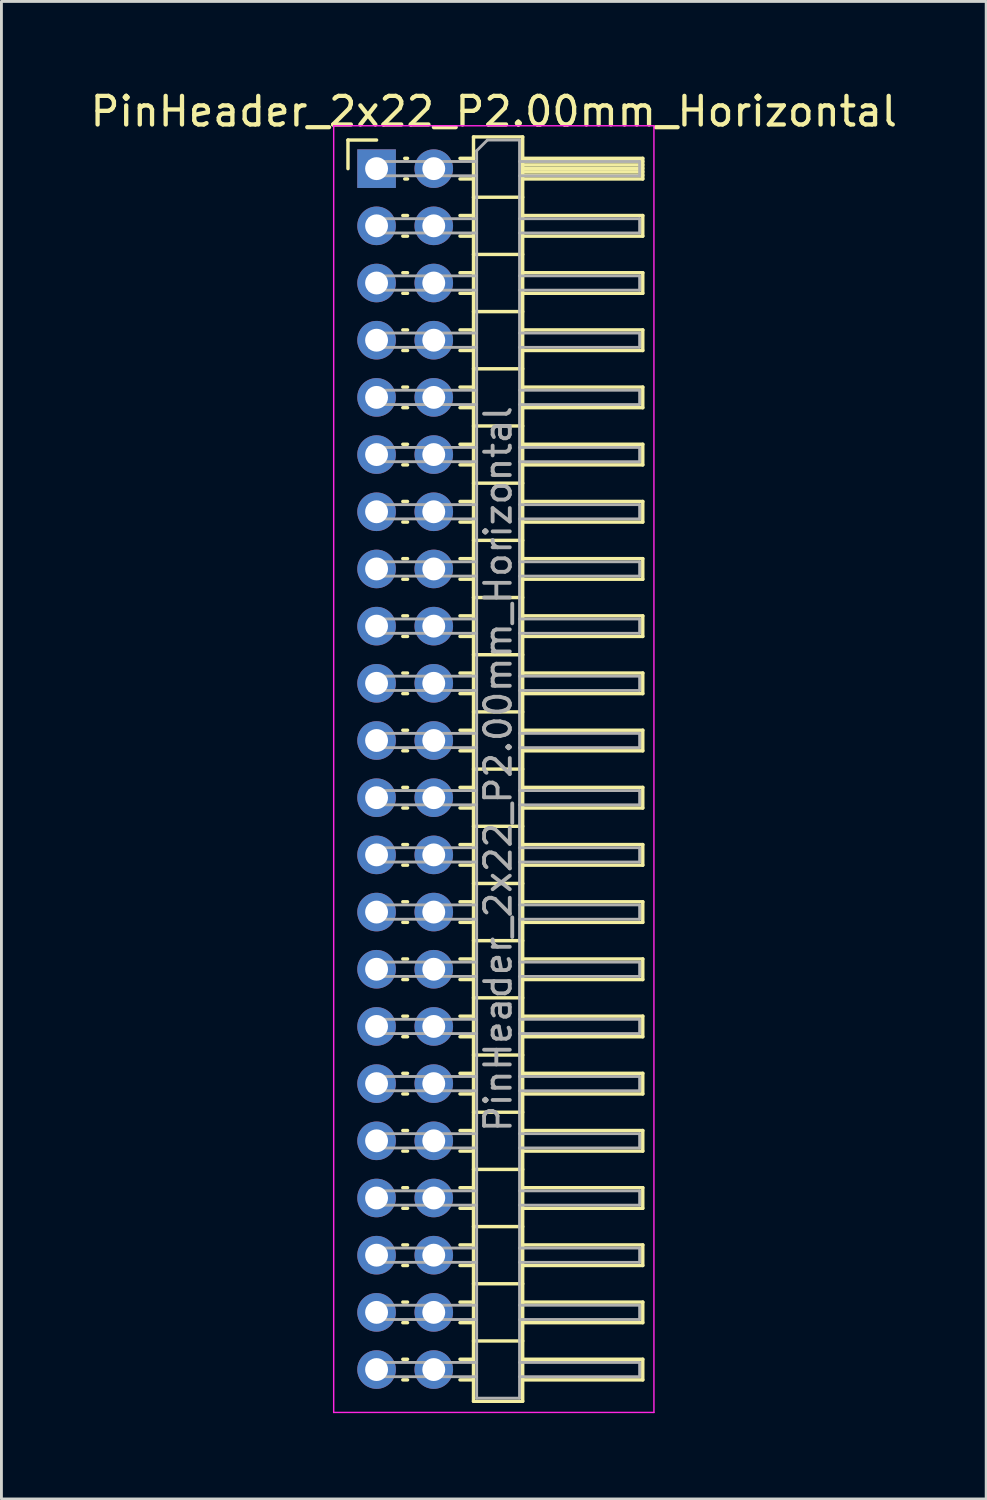
<source format=kicad_pcb>
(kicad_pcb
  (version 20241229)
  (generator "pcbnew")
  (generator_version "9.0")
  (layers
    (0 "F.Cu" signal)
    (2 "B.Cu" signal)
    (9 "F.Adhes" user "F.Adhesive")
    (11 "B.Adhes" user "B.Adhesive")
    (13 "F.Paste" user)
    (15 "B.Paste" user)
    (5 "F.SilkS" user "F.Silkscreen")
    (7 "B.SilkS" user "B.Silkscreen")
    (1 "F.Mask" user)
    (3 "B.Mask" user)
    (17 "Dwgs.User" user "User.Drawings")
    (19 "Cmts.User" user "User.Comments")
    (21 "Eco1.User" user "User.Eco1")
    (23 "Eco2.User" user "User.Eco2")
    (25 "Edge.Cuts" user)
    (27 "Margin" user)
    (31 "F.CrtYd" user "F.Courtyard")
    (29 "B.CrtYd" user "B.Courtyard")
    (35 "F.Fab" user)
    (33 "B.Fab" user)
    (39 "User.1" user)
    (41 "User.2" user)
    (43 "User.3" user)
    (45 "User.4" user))
  (footprint "PinHeader_2x22_P2.00mm_Horizontal"
    (layer "F.Cu")
    (at 10.12 2.848)
    (property "Reference" "PinHeader_2x22_P2.00mm_Horizontal" (at 4.1 -2 0) (layer "F.SilkS") (effects (font (size 1 1) (thickness 0.15))))
    (attr through_hole)
    (fp_line (start -1 -1) (end 0 -1) (stroke (width 0.12) (type solid)) (layer "F.SilkS"))
    (fp_line (start -1 0) (end -1 -1) (stroke (width 0.12) (type solid)) (layer "F.SilkS"))
    (fp_line (start 0.917 1.64) (end 1.083 1.64) (stroke (width 0.12) (type solid)) (layer "F.SilkS"))
    (fp_line (start 0.917 2.36) (end 1.083 2.36) (stroke (width 0.12) (type solid)) (layer "F.SilkS"))
    (fp_line (start 0.917 3.64) (end 1.083 3.64) (stroke (width 0.12) (type solid)) (layer "F.SilkS"))
    (fp_line (start 0.917 4.36) (end 1.083 4.36) (stroke (width 0.12) (type solid)) (layer "F.SilkS"))
    (fp_line (start 0.917 5.64) (end 1.083 5.64) (stroke (width 0.12) (type solid)) (layer "F.SilkS"))
    (fp_line (start 0.917 6.36) (end 1.083 6.36) (stroke (width 0.12) (type solid)) (layer "F.SilkS"))
    (fp_line (start 0.917 7.64) (end 1.083 7.64) (stroke (width 0.12) (type solid)) (layer "F.SilkS"))
    (fp_line (start 0.917 8.36) (end 1.083 8.36) (stroke (width 0.12) (type solid)) (layer "F.SilkS"))
    (fp_line (start 0.917 9.64) (end 1.083 9.64) (stroke (width 0.12) (type solid)) (layer "F.SilkS"))
    (fp_line (start 0.917 10.36) (end 1.083 10.36) (stroke (width 0.12) (type solid)) (layer "F.SilkS"))
    (fp_line (start 0.917 11.64) (end 1.083 11.64) (stroke (width 0.12) (type solid)) (layer "F.SilkS"))
    (fp_line (start 0.917 12.36) (end 1.083 12.36) (stroke (width 0.12) (type solid)) (layer "F.SilkS"))
    (fp_line (start 0.917 13.64) (end 1.083 13.64) (stroke (width 0.12) (type solid)) (layer "F.SilkS"))
    (fp_line (start 0.917 14.36) (end 1.083 14.36) (stroke (width 0.12) (type solid)) (layer "F.SilkS"))
    (fp_line (start 0.917 15.64) (end 1.083 15.64) (stroke (width 0.12) (type solid)) (layer "F.SilkS"))
    (fp_line (start 0.917 16.36) (end 1.083 16.36) (stroke (width 0.12) (type solid)) (layer "F.SilkS"))
    (fp_line (start 0.917 17.64) (end 1.083 17.64) (stroke (width 0.12) (type solid)) (layer "F.SilkS"))
    (fp_line (start 0.917 18.36) (end 1.083 18.36) (stroke (width 0.12) (type solid)) (layer "F.SilkS"))
    (fp_line (start 0.917 19.64) (end 1.083 19.64) (stroke (width 0.12) (type solid)) (layer "F.SilkS"))
    (fp_line (start 0.917 20.36) (end 1.083 20.36) (stroke (width 0.12) (type solid)) (layer "F.SilkS"))
    (fp_line (start 0.917 21.64) (end 1.083 21.64) (stroke (width 0.12) (type solid)) (layer "F.SilkS"))
    (fp_line (start 0.917 22.36) (end 1.083 22.36) (stroke (width 0.12) (type solid)) (layer "F.SilkS"))
    (fp_line (start 0.917 23.64) (end 1.083 23.64) (stroke (width 0.12) (type solid)) (layer "F.SilkS"))
    (fp_line (start 0.917 24.36) (end 1.083 24.36) (stroke (width 0.12) (type solid)) (layer "F.SilkS"))
    (fp_line (start 0.917 25.64) (end 1.083 25.64) (stroke (width 0.12) (type solid)) (layer "F.SilkS"))
    (fp_line (start 0.917 26.36) (end 1.083 26.36) (stroke (width 0.12) (type solid)) (layer "F.SilkS"))
    (fp_line (start 0.917 27.64) (end 1.083 27.64) (stroke (width 0.12) (type solid)) (layer "F.SilkS"))
    (fp_line (start 0.917 28.36) (end 1.083 28.36) (stroke (width 0.12) (type solid)) (layer "F.SilkS"))
    (fp_line (start 0.917 29.64) (end 1.083 29.64) (stroke (width 0.12) (type solid)) (layer "F.SilkS"))
    (fp_line (start 0.917 30.36) (end 1.083 30.36) (stroke (width 0.12) (type solid)) (layer "F.SilkS"))
    (fp_line (start 0.917 31.64) (end 1.083 31.64) (stroke (width 0.12) (type solid)) (layer "F.SilkS"))
    (fp_line (start 0.917 32.36) (end 1.083 32.36) (stroke (width 0.12) (type solid)) (layer "F.SilkS"))
    (fp_line (start 0.917 33.64) (end 1.083 33.64) (stroke (width 0.12) (type solid)) (layer "F.SilkS"))
    (fp_line (start 0.917 34.36) (end 1.083 34.36) (stroke (width 0.12) (type solid)) (layer "F.SilkS"))
    (fp_line (start 0.917 35.64) (end 1.083 35.64) (stroke (width 0.12) (type solid)) (layer "F.SilkS"))
    (fp_line (start 0.917 36.36) (end 1.083 36.36) (stroke (width 0.12) (type solid)) (layer "F.SilkS"))
    (fp_line (start 0.917 37.64) (end 1.083 37.64) (stroke (width 0.12) (type solid)) (layer "F.SilkS"))
    (fp_line (start 0.917 38.36) (end 1.083 38.36) (stroke (width 0.12) (type solid)) (layer "F.SilkS"))
    (fp_line (start 0.917 39.64) (end 1.083 39.64) (stroke (width 0.12) (type solid)) (layer "F.SilkS"))
    (fp_line (start 0.917 40.36) (end 1.083 40.36) (stroke (width 0.12) (type solid)) (layer "F.SilkS"))
    (fp_line (start 0.917 41.64) (end 1.083 41.64) (stroke (width 0.12) (type solid)) (layer "F.SilkS"))
    (fp_line (start 0.917 42.36) (end 1.083 42.36) (stroke (width 0.12) (type solid)) (layer "F.SilkS"))
    (fp_line (start 0.985 -0.36) (end 1.083 -0.36) (stroke (width 0.12) (type solid)) (layer "F.SilkS"))
    (fp_line (start 0.985 0.36) (end 1.083 0.36) (stroke (width 0.12) (type solid)) (layer "F.SilkS"))
    (fp_line (start 2.917 -0.36) (end 3.39 -0.36) (stroke (width 0.12) (type solid)) (layer "F.SilkS"))
    (fp_line (start 2.917 0.36) (end 3.39 0.36) (stroke (width 0.12) (type solid)) (layer "F.SilkS"))
    (fp_line (start 2.917 1.64) (end 3.39 1.64) (stroke (width 0.12) (type solid)) (layer "F.SilkS"))
    (fp_line (start 2.917 2.36) (end 3.39 2.36) (stroke (width 0.12) (type solid)) (layer "F.SilkS"))
    (fp_line (start 2.917 3.64) (end 3.39 3.64) (stroke (width 0.12) (type solid)) (layer "F.SilkS"))
    (fp_line (start 2.917 4.36) (end 3.39 4.36) (stroke (width 0.12) (type solid)) (layer "F.SilkS"))
    (fp_line (start 2.917 5.64) (end 3.39 5.64) (stroke (width 0.12) (type solid)) (layer "F.SilkS"))
    (fp_line (start 2.917 6.36) (end 3.39 6.36) (stroke (width 0.12) (type solid)) (layer "F.SilkS"))
    (fp_line (start 2.917 7.64) (end 3.39 7.64) (stroke (width 0.12) (type solid)) (layer "F.SilkS"))
    (fp_line (start 2.917 8.36) (end 3.39 8.36) (stroke (width 0.12) (type solid)) (layer "F.SilkS"))
    (fp_line (start 2.917 9.64) (end 3.39 9.64) (stroke (width 0.12) (type solid)) (layer "F.SilkS"))
    (fp_line (start 2.917 10.36) (end 3.39 10.36) (stroke (width 0.12) (type solid)) (layer "F.SilkS"))
    (fp_line (start 2.917 11.64) (end 3.39 11.64) (stroke (width 0.12) (type solid)) (layer "F.SilkS"))
    (fp_line (start 2.917 12.36) (end 3.39 12.36) (stroke (width 0.12) (type solid)) (layer "F.SilkS"))
    (fp_line (start 2.917 13.64) (end 3.39 13.64) (stroke (width 0.12) (type solid)) (layer "F.SilkS"))
    (fp_line (start 2.917 14.36) (end 3.39 14.36) (stroke (width 0.12) (type solid)) (layer "F.SilkS"))
    (fp_line (start 2.917 15.64) (end 3.39 15.64) (stroke (width 0.12) (type solid)) (layer "F.SilkS"))
    (fp_line (start 2.917 16.36) (end 3.39 16.36) (stroke (width 0.12) (type solid)) (layer "F.SilkS"))
    (fp_line (start 2.917 17.64) (end 3.39 17.64) (stroke (width 0.12) (type solid)) (layer "F.SilkS"))
    (fp_line (start 2.917 18.36) (end 3.39 18.36) (stroke (width 0.12) (type solid)) (layer "F.SilkS"))
    (fp_line (start 2.917 19.64) (end 3.39 19.64) (stroke (width 0.12) (type solid)) (layer "F.SilkS"))
    (fp_line (start 2.917 20.36) (end 3.39 20.36) (stroke (width 0.12) (type solid)) (layer "F.SilkS"))
    (fp_line (start 2.917 21.64) (end 3.39 21.64) (stroke (width 0.12) (type solid)) (layer "F.SilkS"))
    (fp_line (start 2.917 22.36) (end 3.39 22.36) (stroke (width 0.12) (type solid)) (layer "F.SilkS"))
    (fp_line (start 2.917 23.64) (end 3.39 23.64) (stroke (width 0.12) (type solid)) (layer "F.SilkS"))
    (fp_line (start 2.917 24.36) (end 3.39 24.36) (stroke (width 0.12) (type solid)) (layer "F.SilkS"))
    (fp_line (start 2.917 25.64) (end 3.39 25.64) (stroke (width 0.12) (type solid)) (layer "F.SilkS"))
    (fp_line (start 2.917 26.36) (end 3.39 26.36) (stroke (width 0.12) (type solid)) (layer "F.SilkS"))
    (fp_line (start 2.917 27.64) (end 3.39 27.64) (stroke (width 0.12) (type solid)) (layer "F.SilkS"))
    (fp_line (start 2.917 28.36) (end 3.39 28.36) (stroke (width 0.12) (type solid)) (layer "F.SilkS"))
    (fp_line (start 2.917 29.64) (end 3.39 29.64) (stroke (width 0.12) (type solid)) (layer "F.SilkS"))
    (fp_line (start 2.917 30.36) (end 3.39 30.36) (stroke (width 0.12) (type solid)) (layer "F.SilkS"))
    (fp_line (start 2.917 31.64) (end 3.39 31.64) (stroke (width 0.12) (type solid)) (layer "F.SilkS"))
    (fp_line (start 2.917 32.36) (end 3.39 32.36) (stroke (width 0.12) (type solid)) (layer "F.SilkS"))
    (fp_line (start 2.917 33.64) (end 3.39 33.64) (stroke (width 0.12) (type solid)) (layer "F.SilkS"))
    (fp_line (start 2.917 34.36) (end 3.39 34.36) (stroke (width 0.12) (type solid)) (layer "F.SilkS"))
    (fp_line (start 2.917 35.64) (end 3.39 35.64) (stroke (width 0.12) (type solid)) (layer "F.SilkS"))
    (fp_line (start 2.917 36.36) (end 3.39 36.36) (stroke (width 0.12) (type solid)) (layer "F.SilkS"))
    (fp_line (start 2.917 37.64) (end 3.39 37.64) (stroke (width 0.12) (type solid)) (layer "F.SilkS"))
    (fp_line (start 2.917 38.36) (end 3.39 38.36) (stroke (width 0.12) (type solid)) (layer "F.SilkS"))
    (fp_line (start 2.917 39.64) (end 3.39 39.64) (stroke (width 0.12) (type solid)) (layer "F.SilkS"))
    (fp_line (start 2.917 40.36) (end 3.39 40.36) (stroke (width 0.12) (type solid)) (layer "F.SilkS"))
    (fp_line (start 2.917 41.64) (end 3.39 41.64) (stroke (width 0.12) (type solid)) (layer "F.SilkS"))
    (fp_line (start 2.917 42.36) (end 3.39 42.36) (stroke (width 0.12) (type solid)) (layer "F.SilkS"))
    (fp_line (start 3.39 -1.11) (end 3.39 43.11) (stroke (width 0.12) (type solid)) (layer "F.SilkS"))
    (fp_line (start 3.39 1) (end 5.11 1) (stroke (width 0.12) (type solid)) (layer "F.SilkS"))
    (fp_line (start 3.39 3) (end 5.11 3) (stroke (width 0.12) (type solid)) (layer "F.SilkS"))
    (fp_line (start 3.39 5) (end 5.11 5) (stroke (width 0.12) (type solid)) (layer "F.SilkS"))
    (fp_line (start 3.39 7) (end 5.11 7) (stroke (width 0.12) (type solid)) (layer "F.SilkS"))
    (fp_line (start 3.39 9) (end 5.11 9) (stroke (width 0.12) (type solid)) (layer "F.SilkS"))
    (fp_line (start 3.39 11) (end 5.11 11) (stroke (width 0.12) (type solid)) (layer "F.SilkS"))
    (fp_line (start 3.39 13) (end 5.11 13) (stroke (width 0.12) (type solid)) (layer "F.SilkS"))
    (fp_line (start 3.39 15) (end 5.11 15) (stroke (width 0.12) (type solid)) (layer "F.SilkS"))
    (fp_line (start 3.39 17) (end 5.11 17) (stroke (width 0.12) (type solid)) (layer "F.SilkS"))
    (fp_line (start 3.39 19) (end 5.11 19) (stroke (width 0.12) (type solid)) (layer "F.SilkS"))
    (fp_line (start 3.39 21) (end 5.11 21) (stroke (width 0.12) (type solid)) (layer "F.SilkS"))
    (fp_line (start 3.39 23) (end 5.11 23) (stroke (width 0.12) (type solid)) (layer "F.SilkS"))
    (fp_line (start 3.39 25) (end 5.11 25) (stroke (width 0.12) (type solid)) (layer "F.SilkS"))
    (fp_line (start 3.39 27) (end 5.11 27) (stroke (width 0.12) (type solid)) (layer "F.SilkS"))
    (fp_line (start 3.39 29) (end 5.11 29) (stroke (width 0.12) (type solid)) (layer "F.SilkS"))
    (fp_line (start 3.39 31) (end 5.11 31) (stroke (width 0.12) (type solid)) (layer "F.SilkS"))
    (fp_line (start 3.39 33) (end 5.11 33) (stroke (width 0.12) (type solid)) (layer "F.SilkS"))
    (fp_line (start 3.39 35) (end 5.11 35) (stroke (width 0.12) (type solid)) (layer "F.SilkS"))
    (fp_line (start 3.39 37) (end 5.11 37) (stroke (width 0.12) (type solid)) (layer "F.SilkS"))
    (fp_line (start 3.39 39) (end 5.11 39) (stroke (width 0.12) (type solid)) (layer "F.SilkS"))
    (fp_line (start 3.39 41) (end 5.11 41) (stroke (width 0.12) (type solid)) (layer "F.SilkS"))
    (fp_line (start 3.39 43.11) (end 5.11 43.11) (stroke (width 0.12) (type solid)) (layer "F.SilkS"))
    (fp_line (start 5.11 -1.11) (end 3.39 -1.11) (stroke (width 0.12) (type solid)) (layer "F.SilkS"))
    (fp_line (start 5.11 -0.36) (end 9.31 -0.36) (stroke (width 0.12) (type solid)) (layer "F.SilkS"))
    (fp_line (start 5.11 -0.25) (end 9.31 -0.25) (stroke (width 0.12) (type solid)) (layer "F.SilkS"))
    (fp_line (start 5.11 -0.13) (end 9.31 -0.13) (stroke (width 0.12) (type solid)) (layer "F.SilkS"))
    (fp_line (start 5.11 -0.01) (end 9.31 -0.01) (stroke (width 0.12) (type solid)) (layer "F.SilkS"))
    (fp_line (start 5.11 0.11) (end 9.31 0.11) (stroke (width 0.12) (type solid)) (layer "F.SilkS"))
    (fp_line (start 5.11 0.23) (end 9.31 0.23) (stroke (width 0.12) (type solid)) (layer "F.SilkS"))
    (fp_line (start 5.11 1.64) (end 9.31 1.64) (stroke (width 0.12) (type solid)) (layer "F.SilkS"))
    (fp_line (start 5.11 3.64) (end 9.31 3.64) (stroke (width 0.12) (type solid)) (layer "F.SilkS"))
    (fp_line (start 5.11 5.64) (end 9.31 5.64) (stroke (width 0.12) (type solid)) (layer "F.SilkS"))
    (fp_line (start 5.11 7.64) (end 9.31 7.64) (stroke (width 0.12) (type solid)) (layer "F.SilkS"))
    (fp_line (start 5.11 9.64) (end 9.31 9.64) (stroke (width 0.12) (type solid)) (layer "F.SilkS"))
    (fp_line (start 5.11 11.64) (end 9.31 11.64) (stroke (width 0.12) (type solid)) (layer "F.SilkS"))
    (fp_line (start 5.11 13.64) (end 9.31 13.64) (stroke (width 0.12) (type solid)) (layer "F.SilkS"))
    (fp_line (start 5.11 15.64) (end 9.31 15.64) (stroke (width 0.12) (type solid)) (layer "F.SilkS"))
    (fp_line (start 5.11 17.64) (end 9.31 17.64) (stroke (width 0.12) (type solid)) (layer "F.SilkS"))
    (fp_line (start 5.11 19.64) (end 9.31 19.64) (stroke (width 0.12) (type solid)) (layer "F.SilkS"))
    (fp_line (start 5.11 21.64) (end 9.31 21.64) (stroke (width 0.12) (type solid)) (layer "F.SilkS"))
    (fp_line (start 5.11 23.64) (end 9.31 23.64) (stroke (width 0.12) (type solid)) (layer "F.SilkS"))
    (fp_line (start 5.11 25.64) (end 9.31 25.64) (stroke (width 0.12) (type solid)) (layer "F.SilkS"))
    (fp_line (start 5.11 27.64) (end 9.31 27.64) (stroke (width 0.12) (type solid)) (layer "F.SilkS"))
    (fp_line (start 5.11 29.64) (end 9.31 29.64) (stroke (width 0.12) (type solid)) (layer "F.SilkS"))
    (fp_line (start 5.11 31.64) (end 9.31 31.64) (stroke (width 0.12) (type solid)) (layer "F.SilkS"))
    (fp_line (start 5.11 33.64) (end 9.31 33.64) (stroke (width 0.12) (type solid)) (layer "F.SilkS"))
    (fp_line (start 5.11 35.64) (end 9.31 35.64) (stroke (width 0.12) (type solid)) (layer "F.SilkS"))
    (fp_line (start 5.11 37.64) (end 9.31 37.64) (stroke (width 0.12) (type solid)) (layer "F.SilkS"))
    (fp_line (start 5.11 39.64) (end 9.31 39.64) (stroke (width 0.12) (type solid)) (layer "F.SilkS"))
    (fp_line (start 5.11 41.64) (end 9.31 41.64) (stroke (width 0.12) (type solid)) (layer "F.SilkS"))
    (fp_line (start 5.11 43.11) (end 5.11 -1.11) (stroke (width 0.12) (type solid)) (layer "F.SilkS"))
    (fp_line (start 9.31 -0.36) (end 9.31 0.36) (stroke (width 0.12) (type solid)) (layer "F.SilkS"))
    (fp_line (start 9.31 0.36) (end 5.11 0.36) (stroke (width 0.12) (type solid)) (layer "F.SilkS"))
    (fp_line (start 9.31 1.64) (end 9.31 2.36) (stroke (width 0.12) (type solid)) (layer "F.SilkS"))
    (fp_line (start 9.31 2.36) (end 5.11 2.36) (stroke (width 0.12) (type solid)) (layer "F.SilkS"))
    (fp_line (start 9.31 3.64) (end 9.31 4.36) (stroke (width 0.12) (type solid)) (layer "F.SilkS"))
    (fp_line (start 9.31 4.36) (end 5.11 4.36) (stroke (width 0.12) (type solid)) (layer "F.SilkS"))
    (fp_line (start 9.31 5.64) (end 9.31 6.36) (stroke (width 0.12) (type solid)) (layer "F.SilkS"))
    (fp_line (start 9.31 6.36) (end 5.11 6.36) (stroke (width 0.12) (type solid)) (layer "F.SilkS"))
    (fp_line (start 9.31 7.64) (end 9.31 8.36) (stroke (width 0.12) (type solid)) (layer "F.SilkS"))
    (fp_line (start 9.31 8.36) (end 5.11 8.36) (stroke (width 0.12) (type solid)) (layer "F.SilkS"))
    (fp_line (start 9.31 9.64) (end 9.31 10.36) (stroke (width 0.12) (type solid)) (layer "F.SilkS"))
    (fp_line (start 9.31 10.36) (end 5.11 10.36) (stroke (width 0.12) (type solid)) (layer "F.SilkS"))
    (fp_line (start 9.31 11.64) (end 9.31 12.36) (stroke (width 0.12) (type solid)) (layer "F.SilkS"))
    (fp_line (start 9.31 12.36) (end 5.11 12.36) (stroke (width 0.12) (type solid)) (layer "F.SilkS"))
    (fp_line (start 9.31 13.64) (end 9.31 14.36) (stroke (width 0.12) (type solid)) (layer "F.SilkS"))
    (fp_line (start 9.31 14.36) (end 5.11 14.36) (stroke (width 0.12) (type solid)) (layer "F.SilkS"))
    (fp_line (start 9.31 15.64) (end 9.31 16.36) (stroke (width 0.12) (type solid)) (layer "F.SilkS"))
    (fp_line (start 9.31 16.36) (end 5.11 16.36) (stroke (width 0.12) (type solid)) (layer "F.SilkS"))
    (fp_line (start 9.31 17.64) (end 9.31 18.36) (stroke (width 0.12) (type solid)) (layer "F.SilkS"))
    (fp_line (start 9.31 18.36) (end 5.11 18.36) (stroke (width 0.12) (type solid)) (layer "F.SilkS"))
    (fp_line (start 9.31 19.64) (end 9.31 20.36) (stroke (width 0.12) (type solid)) (layer "F.SilkS"))
    (fp_line (start 9.31 20.36) (end 5.11 20.36) (stroke (width 0.12) (type solid)) (layer "F.SilkS"))
    (fp_line (start 9.31 21.64) (end 9.31 22.36) (stroke (width 0.12) (type solid)) (layer "F.SilkS"))
    (fp_line (start 9.31 22.36) (end 5.11 22.36) (stroke (width 0.12) (type solid)) (layer "F.SilkS"))
    (fp_line (start 9.31 23.64) (end 9.31 24.36) (stroke (width 0.12) (type solid)) (layer "F.SilkS"))
    (fp_line (start 9.31 24.36) (end 5.11 24.36) (stroke (width 0.12) (type solid)) (layer "F.SilkS"))
    (fp_line (start 9.31 25.64) (end 9.31 26.36) (stroke (width 0.12) (type solid)) (layer "F.SilkS"))
    (fp_line (start 9.31 26.36) (end 5.11 26.36) (stroke (width 0.12) (type solid)) (layer "F.SilkS"))
    (fp_line (start 9.31 27.64) (end 9.31 28.36) (stroke (width 0.12) (type solid)) (layer "F.SilkS"))
    (fp_line (start 9.31 28.36) (end 5.11 28.36) (stroke (width 0.12) (type solid)) (layer "F.SilkS"))
    (fp_line (start 9.31 29.64) (end 9.31 30.36) (stroke (width 0.12) (type solid)) (layer "F.SilkS"))
    (fp_line (start 9.31 30.36) (end 5.11 30.36) (stroke (width 0.12) (type solid)) (layer "F.SilkS"))
    (fp_line (start 9.31 31.64) (end 9.31 32.36) (stroke (width 0.12) (type solid)) (layer "F.SilkS"))
    (fp_line (start 9.31 32.36) (end 5.11 32.36) (stroke (width 0.12) (type solid)) (layer "F.SilkS"))
    (fp_line (start 9.31 33.64) (end 9.31 34.36) (stroke (width 0.12) (type solid)) (layer "F.SilkS"))
    (fp_line (start 9.31 34.36) (end 5.11 34.36) (stroke (width 0.12) (type solid)) (layer "F.SilkS"))
    (fp_line (start 9.31 35.64) (end 9.31 36.36) (stroke (width 0.12) (type solid)) (layer "F.SilkS"))
    (fp_line (start 9.31 36.36) (end 5.11 36.36) (stroke (width 0.12) (type solid)) (layer "F.SilkS"))
    (fp_line (start 9.31 37.64) (end 9.31 38.36) (stroke (width 0.12) (type solid)) (layer "F.SilkS"))
    (fp_line (start 9.31 38.36) (end 5.11 38.36) (stroke (width 0.12) (type solid)) (layer "F.SilkS"))
    (fp_line (start 9.31 39.64) (end 9.31 40.36) (stroke (width 0.12) (type solid)) (layer "F.SilkS"))
    (fp_line (start 9.31 40.36) (end 5.11 40.36) (stroke (width 0.12) (type solid)) (layer "F.SilkS"))
    (fp_line (start 9.31 41.64) (end 9.31 42.36) (stroke (width 0.12) (type solid)) (layer "F.SilkS"))
    (fp_line (start 9.31 42.36) (end 5.11 42.36) (stroke (width 0.12) (type solid)) (layer "F.SilkS"))
    (fp_line (start -1.5 -1.5) (end -1.5 43.5) (stroke (width 0.05) (type solid)) (layer "F.CrtYd"))
    (fp_line (start -1.5 43.5) (end 9.7 43.5) (stroke (width 0.05) (type solid)) (layer "F.CrtYd"))
    (fp_line (start 9.7 -1.5) (end -1.5 -1.5) (stroke (width 0.05) (type solid)) (layer "F.CrtYd"))
    (fp_line (start 9.7 43.5) (end 9.7 -1.5) (stroke (width 0.05) (type solid)) (layer "F.CrtYd"))
    (fp_line (start -0.25 -0.25) (end -0.25 0.25) (stroke (width 0.1) (type solid)) (layer "F.Fab"))
    (fp_line (start -0.25 -0.25) (end 3.5 -0.25) (stroke (width 0.1) (type solid)) (layer "F.Fab"))
    (fp_line (start -0.25 0.25) (end 3.5 0.25) (stroke (width 0.1) (type solid)) (layer "F.Fab"))
    (fp_line (start -0.25 1.75) (end -0.25 2.25) (stroke (width 0.1) (type solid)) (layer "F.Fab"))
    (fp_line (start -0.25 1.75) (end 3.5 1.75) (stroke (width 0.1) (type solid)) (layer "F.Fab"))
    (fp_line (start -0.25 2.25) (end 3.5 2.25) (stroke (width 0.1) (type solid)) (layer "F.Fab"))
    (fp_line (start -0.25 3.75) (end -0.25 4.25) (stroke (width 0.1) (type solid)) (layer "F.Fab"))
    (fp_line (start -0.25 3.75) (end 3.5 3.75) (stroke (width 0.1) (type solid)) (layer "F.Fab"))
    (fp_line (start -0.25 4.25) (end 3.5 4.25) (stroke (width 0.1) (type solid)) (layer "F.Fab"))
    (fp_line (start -0.25 5.75) (end -0.25 6.25) (stroke (width 0.1) (type solid)) (layer "F.Fab"))
    (fp_line (start -0.25 5.75) (end 3.5 5.75) (stroke (width 0.1) (type solid)) (layer "F.Fab"))
    (fp_line (start -0.25 6.25) (end 3.5 6.25) (stroke (width 0.1) (type solid)) (layer "F.Fab"))
    (fp_line (start -0.25 7.75) (end -0.25 8.25) (stroke (width 0.1) (type solid)) (layer "F.Fab"))
    (fp_line (start -0.25 7.75) (end 3.5 7.75) (stroke (width 0.1) (type solid)) (layer "F.Fab"))
    (fp_line (start -0.25 8.25) (end 3.5 8.25) (stroke (width 0.1) (type solid)) (layer "F.Fab"))
    (fp_line (start -0.25 9.75) (end -0.25 10.25) (stroke (width 0.1) (type solid)) (layer "F.Fab"))
    (fp_line (start -0.25 9.75) (end 3.5 9.75) (stroke (width 0.1) (type solid)) (layer "F.Fab"))
    (fp_line (start -0.25 10.25) (end 3.5 10.25) (stroke (width 0.1) (type solid)) (layer "F.Fab"))
    (fp_line (start -0.25 11.75) (end -0.25 12.25) (stroke (width 0.1) (type solid)) (layer "F.Fab"))
    (fp_line (start -0.25 11.75) (end 3.5 11.75) (stroke (width 0.1) (type solid)) (layer "F.Fab"))
    (fp_line (start -0.25 12.25) (end 3.5 12.25) (stroke (width 0.1) (type solid)) (layer "F.Fab"))
    (fp_line (start -0.25 13.75) (end -0.25 14.25) (stroke (width 0.1) (type solid)) (layer "F.Fab"))
    (fp_line (start -0.25 13.75) (end 3.5 13.75) (stroke (width 0.1) (type solid)) (layer "F.Fab"))
    (fp_line (start -0.25 14.25) (end 3.5 14.25) (stroke (width 0.1) (type solid)) (layer "F.Fab"))
    (fp_line (start -0.25 15.75) (end -0.25 16.25) (stroke (width 0.1) (type solid)) (layer "F.Fab"))
    (fp_line (start -0.25 15.75) (end 3.5 15.75) (stroke (width 0.1) (type solid)) (layer "F.Fab"))
    (fp_line (start -0.25 16.25) (end 3.5 16.25) (stroke (width 0.1) (type solid)) (layer "F.Fab"))
    (fp_line (start -0.25 17.75) (end -0.25 18.25) (stroke (width 0.1) (type solid)) (layer "F.Fab"))
    (fp_line (start -0.25 17.75) (end 3.5 17.75) (stroke (width 0.1) (type solid)) (layer "F.Fab"))
    (fp_line (start -0.25 18.25) (end 3.5 18.25) (stroke (width 0.1) (type solid)) (layer "F.Fab"))
    (fp_line (start -0.25 19.75) (end -0.25 20.25) (stroke (width 0.1) (type solid)) (layer "F.Fab"))
    (fp_line (start -0.25 19.75) (end 3.5 19.75) (stroke (width 0.1) (type solid)) (layer "F.Fab"))
    (fp_line (start -0.25 20.25) (end 3.5 20.25) (stroke (width 0.1) (type solid)) (layer "F.Fab"))
    (fp_line (start -0.25 21.75) (end -0.25 22.25) (stroke (width 0.1) (type solid)) (layer "F.Fab"))
    (fp_line (start -0.25 21.75) (end 3.5 21.75) (stroke (width 0.1) (type solid)) (layer "F.Fab"))
    (fp_line (start -0.25 22.25) (end 3.5 22.25) (stroke (width 0.1) (type solid)) (layer "F.Fab"))
    (fp_line (start -0.25 23.75) (end -0.25 24.25) (stroke (width 0.1) (type solid)) (layer "F.Fab"))
    (fp_line (start -0.25 23.75) (end 3.5 23.75) (stroke (width 0.1) (type solid)) (layer "F.Fab"))
    (fp_line (start -0.25 24.25) (end 3.5 24.25) (stroke (width 0.1) (type solid)) (layer "F.Fab"))
    (fp_line (start -0.25 25.75) (end -0.25 26.25) (stroke (width 0.1) (type solid)) (layer "F.Fab"))
    (fp_line (start -0.25 25.75) (end 3.5 25.75) (stroke (width 0.1) (type solid)) (layer "F.Fab"))
    (fp_line (start -0.25 26.25) (end 3.5 26.25) (stroke (width 0.1) (type solid)) (layer "F.Fab"))
    (fp_line (start -0.25 27.75) (end -0.25 28.25) (stroke (width 0.1) (type solid)) (layer "F.Fab"))
    (fp_line (start -0.25 27.75) (end 3.5 27.75) (stroke (width 0.1) (type solid)) (layer "F.Fab"))
    (fp_line (start -0.25 28.25) (end 3.5 28.25) (stroke (width 0.1) (type solid)) (layer "F.Fab"))
    (fp_line (start -0.25 29.75) (end -0.25 30.25) (stroke (width 0.1) (type solid)) (layer "F.Fab"))
    (fp_line (start -0.25 29.75) (end 3.5 29.75) (stroke (width 0.1) (type solid)) (layer "F.Fab"))
    (fp_line (start -0.25 30.25) (end 3.5 30.25) (stroke (width 0.1) (type solid)) (layer "F.Fab"))
    (fp_line (start -0.25 31.75) (end -0.25 32.25) (stroke (width 0.1) (type solid)) (layer "F.Fab"))
    (fp_line (start -0.25 31.75) (end 3.5 31.75) (stroke (width 0.1) (type solid)) (layer "F.Fab"))
    (fp_line (start -0.25 32.25) (end 3.5 32.25) (stroke (width 0.1) (type solid)) (layer "F.Fab"))
    (fp_line (start -0.25 33.75) (end -0.25 34.25) (stroke (width 0.1) (type solid)) (layer "F.Fab"))
    (fp_line (start -0.25 33.75) (end 3.5 33.75) (stroke (width 0.1) (type solid)) (layer "F.Fab"))
    (fp_line (start -0.25 34.25) (end 3.5 34.25) (stroke (width 0.1) (type solid)) (layer "F.Fab"))
    (fp_line (start -0.25 35.75) (end -0.25 36.25) (stroke (width 0.1) (type solid)) (layer "F.Fab"))
    (fp_line (start -0.25 35.75) (end 3.5 35.75) (stroke (width 0.1) (type solid)) (layer "F.Fab"))
    (fp_line (start -0.25 36.25) (end 3.5 36.25) (stroke (width 0.1) (type solid)) (layer "F.Fab"))
    (fp_line (start -0.25 37.75) (end -0.25 38.25) (stroke (width 0.1) (type solid)) (layer "F.Fab"))
    (fp_line (start -0.25 37.75) (end 3.5 37.75) (stroke (width 0.1) (type solid)) (layer "F.Fab"))
    (fp_line (start -0.25 38.25) (end 3.5 38.25) (stroke (width 0.1) (type solid)) (layer "F.Fab"))
    (fp_line (start -0.25 39.75) (end -0.25 40.25) (stroke (width 0.1) (type solid)) (layer "F.Fab"))
    (fp_line (start -0.25 39.75) (end 3.5 39.75) (stroke (width 0.1) (type solid)) (layer "F.Fab"))
    (fp_line (start -0.25 40.25) (end 3.5 40.25) (stroke (width 0.1) (type solid)) (layer "F.Fab"))
    (fp_line (start -0.25 41.75) (end -0.25 42.25) (stroke (width 0.1) (type solid)) (layer "F.Fab"))
    (fp_line (start -0.25 41.75) (end 3.5 41.75) (stroke (width 0.1) (type solid)) (layer "F.Fab"))
    (fp_line (start -0.25 42.25) (end 3.5 42.25) (stroke (width 0.1) (type solid)) (layer "F.Fab"))
    (fp_line (start 3.5 -0.625) (end 3.875 -1) (stroke (width 0.1) (type solid)) (layer "F.Fab"))
    (fp_line (start 3.5 43) (end 3.5 -0.625) (stroke (width 0.1) (type solid)) (layer "F.Fab"))
    (fp_line (start 3.875 -1) (end 5 -1) (stroke (width 0.1) (type solid)) (layer "F.Fab"))
    (fp_line (start 5 -1) (end 5 43) (stroke (width 0.1) (type solid)) (layer "F.Fab"))
    (fp_line (start 5 -0.25) (end 9.2 -0.25) (stroke (width 0.1) (type solid)) (layer "F.Fab"))
    (fp_line (start 5 0.25) (end 9.2 0.25) (stroke (width 0.1) (type solid)) (layer "F.Fab"))
    (fp_line (start 5 1.75) (end 9.2 1.75) (stroke (width 0.1) (type solid)) (layer "F.Fab"))
    (fp_line (start 5 2.25) (end 9.2 2.25) (stroke (width 0.1) (type solid)) (layer "F.Fab"))
    (fp_line (start 5 3.75) (end 9.2 3.75) (stroke (width 0.1) (type solid)) (layer "F.Fab"))
    (fp_line (start 5 4.25) (end 9.2 4.25) (stroke (width 0.1) (type solid)) (layer "F.Fab"))
    (fp_line (start 5 5.75) (end 9.2 5.75) (stroke (width 0.1) (type solid)) (layer "F.Fab"))
    (fp_line (start 5 6.25) (end 9.2 6.25) (stroke (width 0.1) (type solid)) (layer "F.Fab"))
    (fp_line (start 5 7.75) (end 9.2 7.75) (stroke (width 0.1) (type solid)) (layer "F.Fab"))
    (fp_line (start 5 8.25) (end 9.2 8.25) (stroke (width 0.1) (type solid)) (layer "F.Fab"))
    (fp_line (start 5 9.75) (end 9.2 9.75) (stroke (width 0.1) (type solid)) (layer "F.Fab"))
    (fp_line (start 5 10.25) (end 9.2 10.25) (stroke (width 0.1) (type solid)) (layer "F.Fab"))
    (fp_line (start 5 11.75) (end 9.2 11.75) (stroke (width 0.1) (type solid)) (layer "F.Fab"))
    (fp_line (start 5 12.25) (end 9.2 12.25) (stroke (width 0.1) (type solid)) (layer "F.Fab"))
    (fp_line (start 5 13.75) (end 9.2 13.75) (stroke (width 0.1) (type solid)) (layer "F.Fab"))
    (fp_line (start 5 14.25) (end 9.2 14.25) (stroke (width 0.1) (type solid)) (layer "F.Fab"))
    (fp_line (start 5 15.75) (end 9.2 15.75) (stroke (width 0.1) (type solid)) (layer "F.Fab"))
    (fp_line (start 5 16.25) (end 9.2 16.25) (stroke (width 0.1) (type solid)) (layer "F.Fab"))
    (fp_line (start 5 17.75) (end 9.2 17.75) (stroke (width 0.1) (type solid)) (layer "F.Fab"))
    (fp_line (start 5 18.25) (end 9.2 18.25) (stroke (width 0.1) (type solid)) (layer "F.Fab"))
    (fp_line (start 5 19.75) (end 9.2 19.75) (stroke (width 0.1) (type solid)) (layer "F.Fab"))
    (fp_line (start 5 20.25) (end 9.2 20.25) (stroke (width 0.1) (type solid)) (layer "F.Fab"))
    (fp_line (start 5 21.75) (end 9.2 21.75) (stroke (width 0.1) (type solid)) (layer "F.Fab"))
    (fp_line (start 5 22.25) (end 9.2 22.25) (stroke (width 0.1) (type solid)) (layer "F.Fab"))
    (fp_line (start 5 23.75) (end 9.2 23.75) (stroke (width 0.1) (type solid)) (layer "F.Fab"))
    (fp_line (start 5 24.25) (end 9.2 24.25) (stroke (width 0.1) (type solid)) (layer "F.Fab"))
    (fp_line (start 5 25.75) (end 9.2 25.75) (stroke (width 0.1) (type solid)) (layer "F.Fab"))
    (fp_line (start 5 26.25) (end 9.2 26.25) (stroke (width 0.1) (type solid)) (layer "F.Fab"))
    (fp_line (start 5 27.75) (end 9.2 27.75) (stroke (width 0.1) (type solid)) (layer "F.Fab"))
    (fp_line (start 5 28.25) (end 9.2 28.25) (stroke (width 0.1) (type solid)) (layer "F.Fab"))
    (fp_line (start 5 29.75) (end 9.2 29.75) (stroke (width 0.1) (type solid)) (layer "F.Fab"))
    (fp_line (start 5 30.25) (end 9.2 30.25) (stroke (width 0.1) (type solid)) (layer "F.Fab"))
    (fp_line (start 5 31.75) (end 9.2 31.75) (stroke (width 0.1) (type solid)) (layer "F.Fab"))
    (fp_line (start 5 32.25) (end 9.2 32.25) (stroke (width 0.1) (type solid)) (layer "F.Fab"))
    (fp_line (start 5 33.75) (end 9.2 33.75) (stroke (width 0.1) (type solid)) (layer "F.Fab"))
    (fp_line (start 5 34.25) (end 9.2 34.25) (stroke (width 0.1) (type solid)) (layer "F.Fab"))
    (fp_line (start 5 35.75) (end 9.2 35.75) (stroke (width 0.1) (type solid)) (layer "F.Fab"))
    (fp_line (start 5 36.25) (end 9.2 36.25) (stroke (width 0.1) (type solid)) (layer "F.Fab"))
    (fp_line (start 5 37.75) (end 9.2 37.75) (stroke (width 0.1) (type solid)) (layer "F.Fab"))
    (fp_line (start 5 38.25) (end 9.2 38.25) (stroke (width 0.1) (type solid)) (layer "F.Fab"))
    (fp_line (start 5 39.75) (end 9.2 39.75) (stroke (width 0.1) (type solid)) (layer "F.Fab"))
    (fp_line (start 5 40.25) (end 9.2 40.25) (stroke (width 0.1) (type solid)) (layer "F.Fab"))
    (fp_line (start 5 41.75) (end 9.2 41.75) (stroke (width 0.1) (type solid)) (layer "F.Fab"))
    (fp_line (start 5 42.25) (end 9.2 42.25) (stroke (width 0.1) (type solid)) (layer "F.Fab"))
    (fp_line (start 5 43) (end 3.5 43) (stroke (width 0.1) (type solid)) (layer "F.Fab"))
    (fp_line (start 9.2 -0.25) (end 9.2 0.25) (stroke (width 0.1) (type solid)) (layer "F.Fab"))
    (fp_line (start 9.2 1.75) (end 9.2 2.25) (stroke (width 0.1) (type solid)) (layer "F.Fab"))
    (fp_line (start 9.2 3.75) (end 9.2 4.25) (stroke (width 0.1) (type solid)) (layer "F.Fab"))
    (fp_line (start 9.2 5.75) (end 9.2 6.25) (stroke (width 0.1) (type solid)) (layer "F.Fab"))
    (fp_line (start 9.2 7.75) (end 9.2 8.25) (stroke (width 0.1) (type solid)) (layer "F.Fab"))
    (fp_line (start 9.2 9.75) (end 9.2 10.25) (stroke (width 0.1) (type solid)) (layer "F.Fab"))
    (fp_line (start 9.2 11.75) (end 9.2 12.25) (stroke (width 0.1) (type solid)) (layer "F.Fab"))
    (fp_line (start 9.2 13.75) (end 9.2 14.25) (stroke (width 0.1) (type solid)) (layer "F.Fab"))
    (fp_line (start 9.2 15.75) (end 9.2 16.25) (stroke (width 0.1) (type solid)) (layer "F.Fab"))
    (fp_line (start 9.2 17.75) (end 9.2 18.25) (stroke (width 0.1) (type solid)) (layer "F.Fab"))
    (fp_line (start 9.2 19.75) (end 9.2 20.25) (stroke (width 0.1) (type solid)) (layer "F.Fab"))
    (fp_line (start 9.2 21.75) (end 9.2 22.25) (stroke (width 0.1) (type solid)) (layer "F.Fab"))
    (fp_line (start 9.2 23.75) (end 9.2 24.25) (stroke (width 0.1) (type solid)) (layer "F.Fab"))
    (fp_line (start 9.2 25.75) (end 9.2 26.25) (stroke (width 0.1) (type solid)) (layer "F.Fab"))
    (fp_line (start 9.2 27.75) (end 9.2 28.25) (stroke (width 0.1) (type solid)) (layer "F.Fab"))
    (fp_line (start 9.2 29.75) (end 9.2 30.25) (stroke (width 0.1) (type solid)) (layer "F.Fab"))
    (fp_line (start 9.2 31.75) (end 9.2 32.25) (stroke (width 0.1) (type solid)) (layer "F.Fab"))
    (fp_line (start 9.2 33.75) (end 9.2 34.25) (stroke (width 0.1) (type solid)) (layer "F.Fab"))
    (fp_line (start 9.2 35.75) (end 9.2 36.25) (stroke (width 0.1) (type solid)) (layer "F.Fab"))
    (fp_line (start 9.2 37.75) (end 9.2 38.25) (stroke (width 0.1) (type solid)) (layer "F.Fab"))
    (fp_line (start 9.2 39.75) (end 9.2 40.25) (stroke (width 0.1) (type solid)) (layer "F.Fab"))
    (fp_line (start 9.2 41.75) (end 9.2 42.25) (stroke (width 0.1) (type solid)) (layer "F.Fab"))
    (fp_text user "${REFERENCE}" (at 4.25 21 90) (layer "F.Fab") (effects (font (size 0.9 0.9) (thickness 0.135))))
    (pad "1" thru_hole rect (at 0 0) (size 1.35 1.35) (drill 0.8) (layers "*.Cu" "*.Mask"))
    (pad "2" thru_hole circle (at 2 0) (size 1.35 1.35) (drill 0.8) (layers "*.Cu" "*.Mask"))
    (pad "3" thru_hole circle (at 0 2) (size 1.35 1.35) (drill 0.8) (layers "*.Cu" "*.Mask"))
    (pad "4" thru_hole circle (at 2 2) (size 1.35 1.35) (drill 0.8) (layers "*.Cu" "*.Mask"))
    (pad "5" thru_hole circle (at 0 4) (size 1.35 1.35) (drill 0.8) (layers "*.Cu" "*.Mask"))
    (pad "6" thru_hole circle (at 2 4) (size 1.35 1.35) (drill 0.8) (layers "*.Cu" "*.Mask"))
    (pad "7" thru_hole circle (at 0 6) (size 1.35 1.35) (drill 0.8) (layers "*.Cu" "*.Mask"))
    (pad "8" thru_hole circle (at 2 6) (size 1.35 1.35) (drill 0.8) (layers "*.Cu" "*.Mask"))
    (pad "9" thru_hole circle (at 0 8) (size 1.35 1.35) (drill 0.8) (layers "*.Cu" "*.Mask"))
    (pad "10" thru_hole circle (at 2 8) (size 1.35 1.35) (drill 0.8) (layers "*.Cu" "*.Mask"))
    (pad "11" thru_hole circle (at 0 10) (size 1.35 1.35) (drill 0.8) (layers "*.Cu" "*.Mask"))
    (pad "12" thru_hole circle (at 2 10) (size 1.35 1.35) (drill 0.8) (layers "*.Cu" "*.Mask"))
    (pad "13" thru_hole circle (at 0 12) (size 1.35 1.35) (drill 0.8) (layers "*.Cu" "*.Mask"))
    (pad "14" thru_hole circle (at 2 12) (size 1.35 1.35) (drill 0.8) (layers "*.Cu" "*.Mask"))
    (pad "15" thru_hole circle (at 0 14) (size 1.35 1.35) (drill 0.8) (layers "*.Cu" "*.Mask"))
    (pad "16" thru_hole circle (at 2 14) (size 1.35 1.35) (drill 0.8) (layers "*.Cu" "*.Mask"))
    (pad "17" thru_hole circle (at 0 16) (size 1.35 1.35) (drill 0.8) (layers "*.Cu" "*.Mask"))
    (pad "18" thru_hole circle (at 2 16) (size 1.35 1.35) (drill 0.8) (layers "*.Cu" "*.Mask"))
    (pad "19" thru_hole circle (at 0 18) (size 1.35 1.35) (drill 0.8) (layers "*.Cu" "*.Mask"))
    (pad "20" thru_hole circle (at 2 18) (size 1.35 1.35) (drill 0.8) (layers "*.Cu" "*.Mask"))
    (pad "21" thru_hole circle (at 0 20) (size 1.35 1.35) (drill 0.8) (layers "*.Cu" "*.Mask"))
    (pad "22" thru_hole circle (at 2 20) (size 1.35 1.35) (drill 0.8) (layers "*.Cu" "*.Mask"))
    (pad "23" thru_hole circle (at 0 22) (size 1.35 1.35) (drill 0.8) (layers "*.Cu" "*.Mask"))
    (pad "24" thru_hole circle (at 2 22) (size 1.35 1.35) (drill 0.8) (layers "*.Cu" "*.Mask"))
    (pad "25" thru_hole circle (at 0 24) (size 1.35 1.35) (drill 0.8) (layers "*.Cu" "*.Mask"))
    (pad "26" thru_hole circle (at 2 24) (size 1.35 1.35) (drill 0.8) (layers "*.Cu" "*.Mask"))
    (pad "27" thru_hole circle (at 0 26) (size 1.35 1.35) (drill 0.8) (layers "*.Cu" "*.Mask"))
    (pad "28" thru_hole circle (at 2 26) (size 1.35 1.35) (drill 0.8) (layers "*.Cu" "*.Mask"))
    (pad "29" thru_hole circle (at 0 28) (size 1.35 1.35) (drill 0.8) (layers "*.Cu" "*.Mask"))
    (pad "30" thru_hole circle (at 2 28) (size 1.35 1.35) (drill 0.8) (layers "*.Cu" "*.Mask"))
    (pad "31" thru_hole circle (at 0 30) (size 1.35 1.35) (drill 0.8) (layers "*.Cu" "*.Mask"))
    (pad "32" thru_hole circle (at 2 30) (size 1.35 1.35) (drill 0.8) (layers "*.Cu" "*.Mask"))
    (pad "33" thru_hole circle (at 0 32) (size 1.35 1.35) (drill 0.8) (layers "*.Cu" "*.Mask"))
    (pad "34" thru_hole circle (at 2 32) (size 1.35 1.35) (drill 0.8) (layers "*.Cu" "*.Mask"))
    (pad "35" thru_hole circle (at 0 34) (size 1.35 1.35) (drill 0.8) (layers "*.Cu" "*.Mask"))
    (pad "36" thru_hole circle (at 2 34) (size 1.35 1.35) (drill 0.8) (layers "*.Cu" "*.Mask"))
    (pad "37" thru_hole circle (at 0 36) (size 1.35 1.35) (drill 0.8) (layers "*.Cu" "*.Mask"))
    (pad "38" thru_hole circle (at 2 36) (size 1.35 1.35) (drill 0.8) (layers "*.Cu" "*.Mask"))
    (pad "39" thru_hole circle (at 0 38) (size 1.35 1.35) (drill 0.8) (layers "*.Cu" "*.Mask"))
    (pad "40" thru_hole circle (at 2 38) (size 1.35 1.35) (drill 0.8) (layers "*.Cu" "*.Mask"))
    (pad "41" thru_hole circle (at 0 40) (size 1.35 1.35) (drill 0.8) (layers "*.Cu" "*.Mask"))
    (pad "42" thru_hole circle (at 2 40) (size 1.35 1.35) (drill 0.8) (layers "*.Cu" "*.Mask"))
    (pad "43" thru_hole circle (at 0 42) (size 1.35 1.35) (drill 0.8) (layers "*.Cu" "*.Mask"))
    (pad "44" thru_hole circle (at 2 42) (size 1.35 1.35) (drill 0.8) (layers "*.Cu" "*.Mask")))
  (gr_rect
    (start -3 -3)
    (end 31.44 49.373)
    (stroke (width 0.1) (type default))
    (fill no)
    (layer "Edge.Cuts")))
</source>
